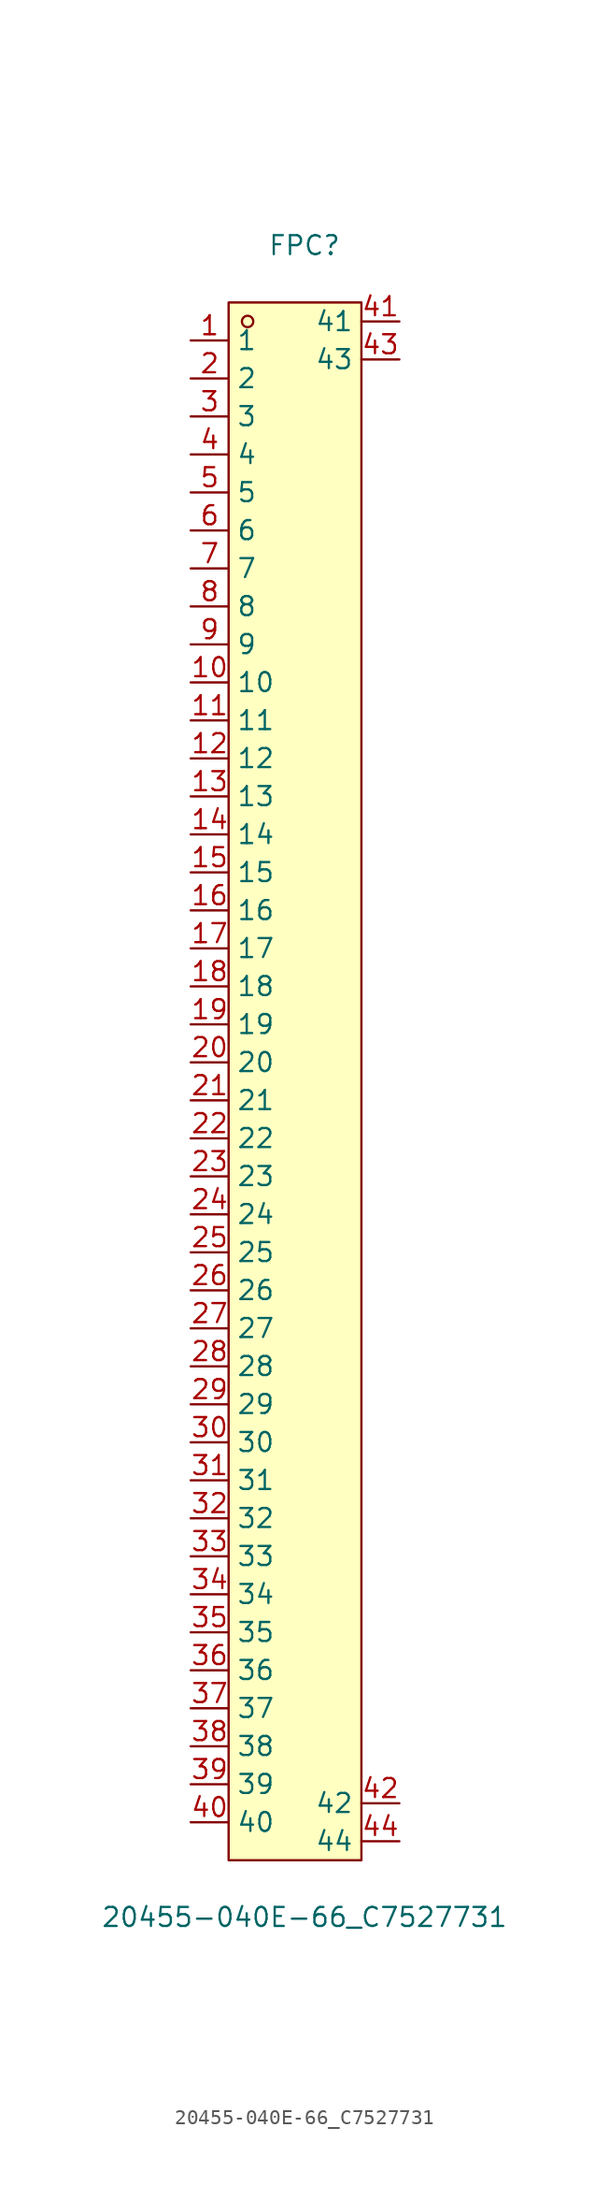
<source format=kicad_sym>
(kicad_symbol_lib
  (version 20211014)
  (generator https://github.com/uPesy/easyeda2kicad.py)
  (symbol "20455-040E-66_C7527731"
    (property "Reference" "FPC"
      (at 0 55.88 0)
      (effects (font (size 1.27 1.27))))
    (property "Value" "20455-040E-66_C7527731"
      (at 0 -55.88 0)
      (effects (font (size 1.27 1.27))))
    (symbol "20455-040E-66_C7527731_0_1"
      (rectangle (start -5.08 52.07) (end 3.81 -52.07) (stroke (width 0) (type default) (color 0 0 0 0)) (fill (type background)))
      (circle (center -3.81 50.80) (radius 0.38) (stroke (width 0) (type default) (color 0 0 0 0)) (fill (type none)))
      (pin unspecified line (at -7.62 49.53 0) (length 2.54) (name "1" (effects (font (size 1.27 1.27)))) (number "1" (effects (font (size 1.27 1.27)))))
      (pin unspecified line (at -7.62 46.99 0) (length 2.54) (name "2" (effects (font (size 1.27 1.27)))) (number "2" (effects (font (size 1.27 1.27)))))
      (pin unspecified line (at -7.62 44.45 0) (length 2.54) (name "3" (effects (font (size 1.27 1.27)))) (number "3" (effects (font (size 1.27 1.27)))))
      (pin unspecified line (at -7.62 41.91 0) (length 2.54) (name "4" (effects (font (size 1.27 1.27)))) (number "4" (effects (font (size 1.27 1.27)))))
      (pin unspecified line (at -7.62 39.37 0) (length 2.54) (name "5" (effects (font (size 1.27 1.27)))) (number "5" (effects (font (size 1.27 1.27)))))
      (pin unspecified line (at -7.62 36.83 0) (length 2.54) (name "6" (effects (font (size 1.27 1.27)))) (number "6" (effects (font (size 1.27 1.27)))))
      (pin unspecified line (at -7.62 34.29 0) (length 2.54) (name "7" (effects (font (size 1.27 1.27)))) (number "7" (effects (font (size 1.27 1.27)))))
      (pin unspecified line (at -7.62 31.75 0) (length 2.54) (name "8" (effects (font (size 1.27 1.27)))) (number "8" (effects (font (size 1.27 1.27)))))
      (pin unspecified line (at -7.62 29.21 0) (length 2.54) (name "9" (effects (font (size 1.27 1.27)))) (number "9" (effects (font (size 1.27 1.27)))))
      (pin unspecified line (at -7.62 26.67 0) (length 2.54) (name "10" (effects (font (size 1.27 1.27)))) (number "10" (effects (font (size 1.27 1.27)))))
      (pin unspecified line (at -7.62 24.13 0) (length 2.54) (name "11" (effects (font (size 1.27 1.27)))) (number "11" (effects (font (size 1.27 1.27)))))
      (pin unspecified line (at -7.62 21.59 0) (length 2.54) (name "12" (effects (font (size 1.27 1.27)))) (number "12" (effects (font (size 1.27 1.27)))))
      (pin unspecified line (at -7.62 19.05 0) (length 2.54) (name "13" (effects (font (size 1.27 1.27)))) (number "13" (effects (font (size 1.27 1.27)))))
      (pin unspecified line (at -7.62 16.51 0) (length 2.54) (name "14" (effects (font (size 1.27 1.27)))) (number "14" (effects (font (size 1.27 1.27)))))
      (pin unspecified line (at -7.62 13.97 0) (length 2.54) (name "15" (effects (font (size 1.27 1.27)))) (number "15" (effects (font (size 1.27 1.27)))))
      (pin unspecified line (at -7.62 11.43 0) (length 2.54) (name "16" (effects (font (size 1.27 1.27)))) (number "16" (effects (font (size 1.27 1.27)))))
      (pin unspecified line (at -7.62 8.89 0) (length 2.54) (name "17" (effects (font (size 1.27 1.27)))) (number "17" (effects (font (size 1.27 1.27)))))
      (pin unspecified line (at -7.62 6.35 0) (length 2.54) (name "18" (effects (font (size 1.27 1.27)))) (number "18" (effects (font (size 1.27 1.27)))))
      (pin unspecified line (at -7.62 3.81 0) (length 2.54) (name "19" (effects (font (size 1.27 1.27)))) (number "19" (effects (font (size 1.27 1.27)))))
      (pin unspecified line (at -7.62 1.27 0) (length 2.54) (name "20" (effects (font (size 1.27 1.27)))) (number "20" (effects (font (size 1.27 1.27)))))
      (pin unspecified line (at -7.62 -1.27 0) (length 2.54) (name "21" (effects (font (size 1.27 1.27)))) (number "21" (effects (font (size 1.27 1.27)))))
      (pin unspecified line (at -7.62 -3.81 0) (length 2.54) (name "22" (effects (font (size 1.27 1.27)))) (number "22" (effects (font (size 1.27 1.27)))))
      (pin unspecified line (at -7.62 -6.35 0) (length 2.54) (name "23" (effects (font (size 1.27 1.27)))) (number "23" (effects (font (size 1.27 1.27)))))
      (pin unspecified line (at -7.62 -8.89 0) (length 2.54) (name "24" (effects (font (size 1.27 1.27)))) (number "24" (effects (font (size 1.27 1.27)))))
      (pin unspecified line (at -7.62 -11.43 0) (length 2.54) (name "25" (effects (font (size 1.27 1.27)))) (number "25" (effects (font (size 1.27 1.27)))))
      (pin unspecified line (at -7.62 -13.97 0) (length 2.54) (name "26" (effects (font (size 1.27 1.27)))) (number "26" (effects (font (size 1.27 1.27)))))
      (pin unspecified line (at -7.62 -16.51 0) (length 2.54) (name "27" (effects (font (size 1.27 1.27)))) (number "27" (effects (font (size 1.27 1.27)))))
      (pin unspecified line (at -7.62 -19.05 0) (length 2.54) (name "28" (effects (font (size 1.27 1.27)))) (number "28" (effects (font (size 1.27 1.27)))))
      (pin unspecified line (at -7.62 -21.59 0) (length 2.54) (name "29" (effects (font (size 1.27 1.27)))) (number "29" (effects (font (size 1.27 1.27)))))
      (pin unspecified line (at -7.62 -24.13 0) (length 2.54) (name "30" (effects (font (size 1.27 1.27)))) (number "30" (effects (font (size 1.27 1.27)))))
      (pin unspecified line (at -7.62 -26.67 0) (length 2.54) (name "31" (effects (font (size 1.27 1.27)))) (number "31" (effects (font (size 1.27 1.27)))))
      (pin unspecified line (at -7.62 -29.21 0) (length 2.54) (name "32" (effects (font (size 1.27 1.27)))) (number "32" (effects (font (size 1.27 1.27)))))
      (pin unspecified line (at -7.62 -31.75 0) (length 2.54) (name "33" (effects (font (size 1.27 1.27)))) (number "33" (effects (font (size 1.27 1.27)))))
      (pin unspecified line (at -7.62 -34.29 0) (length 2.54) (name "34" (effects (font (size 1.27 1.27)))) (number "34" (effects (font (size 1.27 1.27)))))
      (pin unspecified line (at -7.62 -36.83 0) (length 2.54) (name "35" (effects (font (size 1.27 1.27)))) (number "35" (effects (font (size 1.27 1.27)))))
      (pin unspecified line (at -7.62 -39.37 0) (length 2.54) (name "36" (effects (font (size 1.27 1.27)))) (number "36" (effects (font (size 1.27 1.27)))))
      (pin unspecified line (at -7.62 -41.91 0) (length 2.54) (name "37" (effects (font (size 1.27 1.27)))) (number "37" (effects (font (size 1.27 1.27)))))
      (pin unspecified line (at -7.62 -44.45 0) (length 2.54) (name "38" (effects (font (size 1.27 1.27)))) (number "38" (effects (font (size 1.27 1.27)))))
      (pin unspecified line (at -7.62 -46.99 0) (length 2.54) (name "39" (effects (font (size 1.27 1.27)))) (number "39" (effects (font (size 1.27 1.27)))))
      (pin unspecified line (at -7.62 -49.53 0) (length 2.54) (name "40" (effects (font (size 1.27 1.27)))) (number "40" (effects (font (size 1.27 1.27)))))
      (pin unspecified line (at 6.35 50.80 180) (length 2.54) (name "41" (effects (font (size 1.27 1.27)))) (number "41" (effects (font (size 1.27 1.27)))))
      (pin unspecified line (at 6.35 48.26 180) (length 2.54) (name "43" (effects (font (size 1.27 1.27)))) (number "43" (effects (font (size 1.27 1.27)))))
      (pin unspecified line (at 6.35 -50.80 180) (length 2.54) (name "44" (effects (font (size 1.27 1.27)))) (number "44" (effects (font (size 1.27 1.27)))))
      (pin unspecified line (at 6.35 -48.26 180) (length 2.54) (name "42" (effects (font (size 1.27 1.27)))) (number "42" (effects (font (size 1.27 1.27))))))))
</source>
